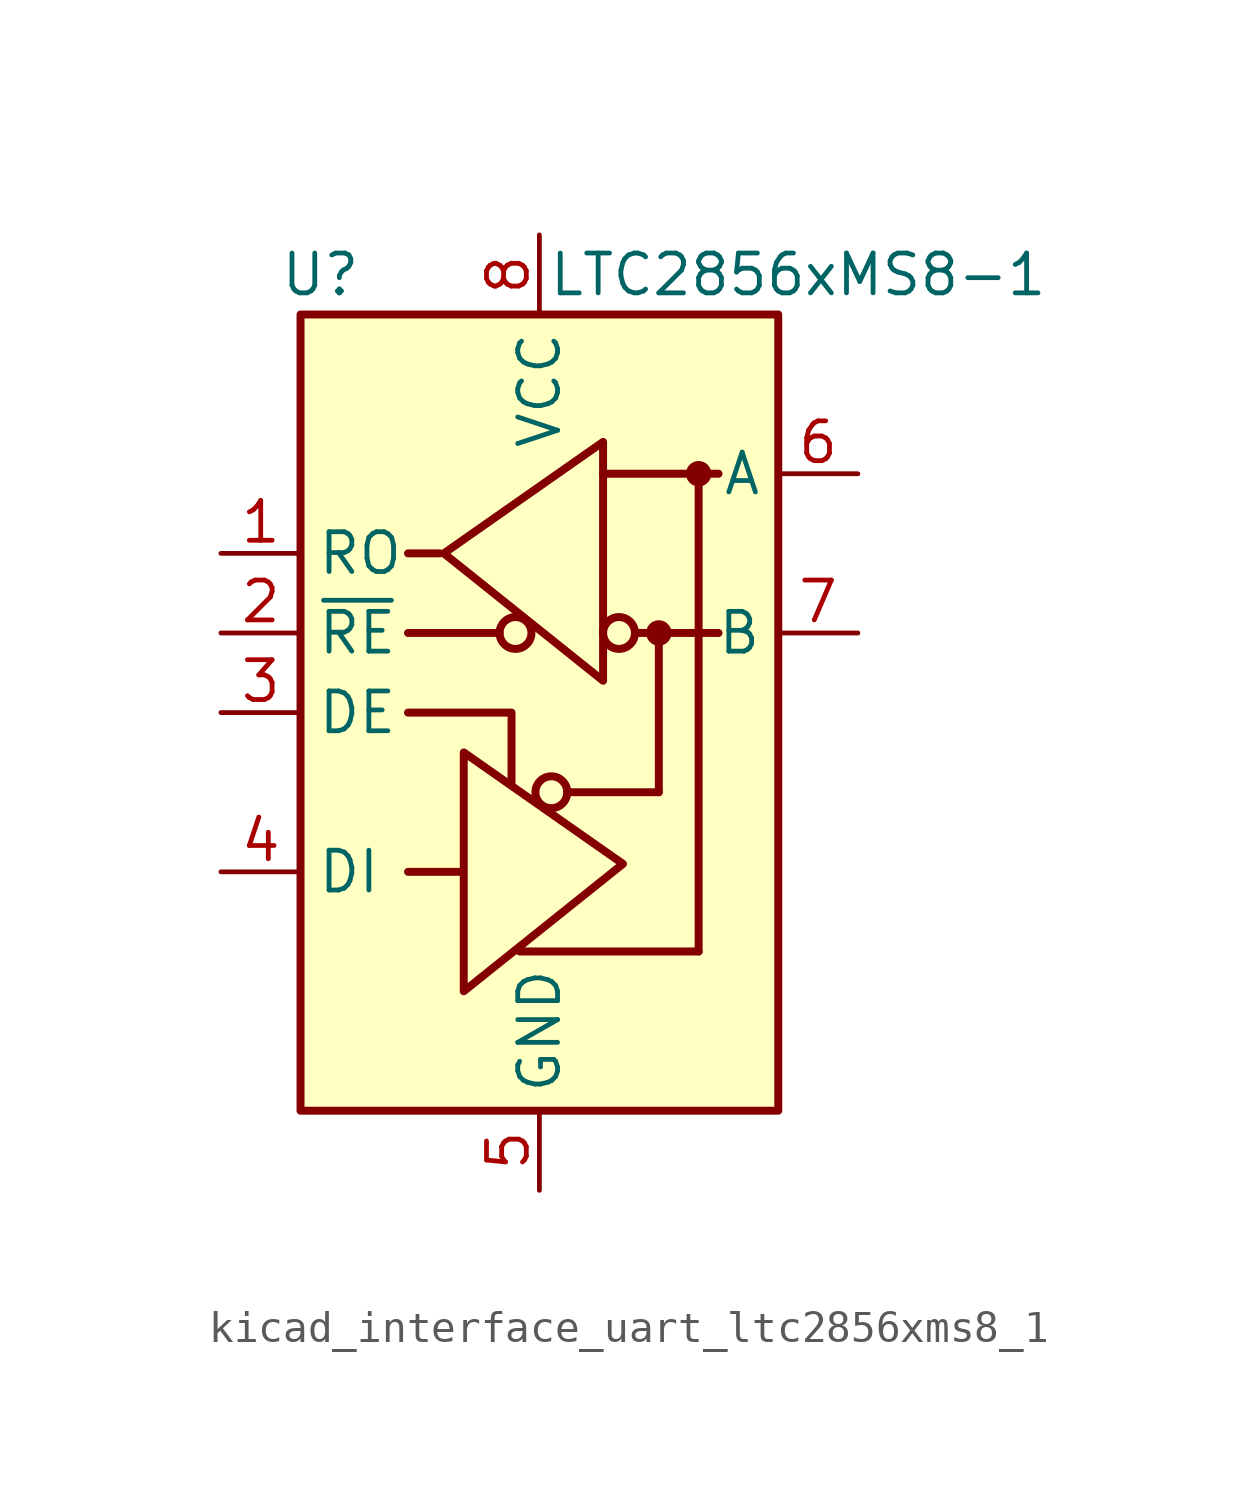
<source format=kicad_sym>
(kicad_symbol_lib
  (version 20220914)
  (generator kicad_symbol_editor)
  (symbol "kicad_interface_uart_ltc2856xms8_1"
    (property "Reference" "U"
      (at -6.985 13.97 0)
      (effects (font (size 1.27 1.27))))
    (property "Value" "LTC2856xMS8-1"
      (at 8.255 13.97 0)
      (effects (font (size 1.27 1.27))))
    (symbol "kicad_interface_uart_ltc2856xms8_1_0_1"
      (rectangle (start -7.62 12.7) (end 7.62 -12.7) (stroke (width 0.254) (type default)) (fill (type background))))
    (symbol "kicad_interface_uart_ltc2856xms8_1_1_1"
      (circle (center -0.762 2.54) (radius 0.508) (stroke (width 0.254) (type default)) (fill (type none)))
      (polyline (pts (xy -4.191 2.54) (xy -1.27 2.54)) (stroke (width 0.254) (type default)) (fill (type none)))
      (polyline (pts (xy -2.54 -5.08) (xy -4.191 -5.08)) (stroke (width 0.254) (type default)) (fill (type none)))
      (polyline (pts (xy -0.635 -7.62) (xy 5.08 -7.62)) (stroke (width 0.254) (type default)) (fill (type none)))
      (polyline (pts (xy 0.889 -2.54) (xy 3.81 -2.54)) (stroke (width 0.254) (type default)) (fill (type none)))
      (polyline (pts (xy 2.032 7.62) (xy 5.715 7.62)) (stroke (width 0.254) (type default)) (fill (type none)))
      (polyline (pts (xy 3.048 2.54) (xy 5.715 2.54)) (stroke (width 0.254) (type default)) (fill (type none)))
      (polyline (pts (xy 3.81 -2.54) (xy 3.81 2.54)) (stroke (width 0.254) (type default)) (fill (type none)))
      (polyline (pts (xy 5.08 -7.62) (xy 5.08 7.62)) (stroke (width 0.254) (type default)) (fill (type none)))
      (polyline (pts (xy -4.191 0) (xy -0.889 0) (xy -0.889 -2.286)) (stroke (width 0.254) (type default)) (fill (type none)))
      (polyline (pts (xy -3.175 5.08) (xy -4.191 5.08) (xy -4.064 5.08)) (stroke (width 0.254) (type default)) (fill (type none)))
      (polyline (pts (xy -2.413 -5.08) (xy -2.413 -1.27) (xy 2.667 -4.826) (xy -2.413 -8.89) (xy -2.413 -5.08)) (stroke (width 0.254) (type default)) (fill (type none)))
      (polyline (pts (xy 2.032 4.826) (xy 2.032 8.636) (xy -3.048 5.08) (xy 2.032 1.016) (xy 2.032 4.826)) (stroke (width 0.254) (type default)) (fill (type none)))
      (circle (center 0.381 -2.54) (radius 0.508) (stroke (width 0.254) (type default)) (fill (type none)))
      (circle (center 2.54 2.54) (radius 0.508) (stroke (width 0.254) (type default)) (fill (type none)))
      (circle (center 3.81 2.54) (radius 0.279) (stroke (width 0.254) (type default)) (fill (type outline)))
      (circle (center 5.08 7.62) (radius 0.279) (stroke (width 0.254) (type default)) (fill (type outline)))
      (pin output line (at -10.16 5.08 0) (length 2.54) (name "RO" (effects (font (size 1.27 1.27)))) (number "1" (effects (font (size 1.27 1.27)))))
      (pin input line (at -10.16 2.54 0) (length 2.54) (name "~{RE}" (effects (font (size 1.27 1.27)))) (number "2" (effects (font (size 1.27 1.27)))))
      (pin input line (at -10.16 0 0) (length 2.54) (name "DE" (effects (font (size 1.27 1.27)))) (number "3" (effects (font (size 1.27 1.27)))))
      (pin input line (at -10.16 -5.08 0) (length 2.54) (name "DI" (effects (font (size 1.27 1.27)))) (number "4" (effects (font (size 1.27 1.27)))))
      (pin power_in line (at 0 -15.24 90) (length 2.54) (name "GND" (effects (font (size 1.27 1.27)))) (number "5" (effects (font (size 1.27 1.27)))))
      (pin bidirectional line (at 10.16 7.62 180) (length 2.54) (name "A" (effects (font (size 1.27 1.27)))) (number "6" (effects (font (size 1.27 1.27)))))
      (pin bidirectional line (at 10.16 2.54 180) (length 2.54) (name "B" (effects (font (size 1.27 1.27)))) (number "7" (effects (font (size 1.27 1.27)))))
      (pin power_in line (at 0 15.24 270) (length 2.54) (name "VCC" (effects (font (size 1.27 1.27)))) (number "8" (effects (font (size 1.27 1.27))))))))
</source>
